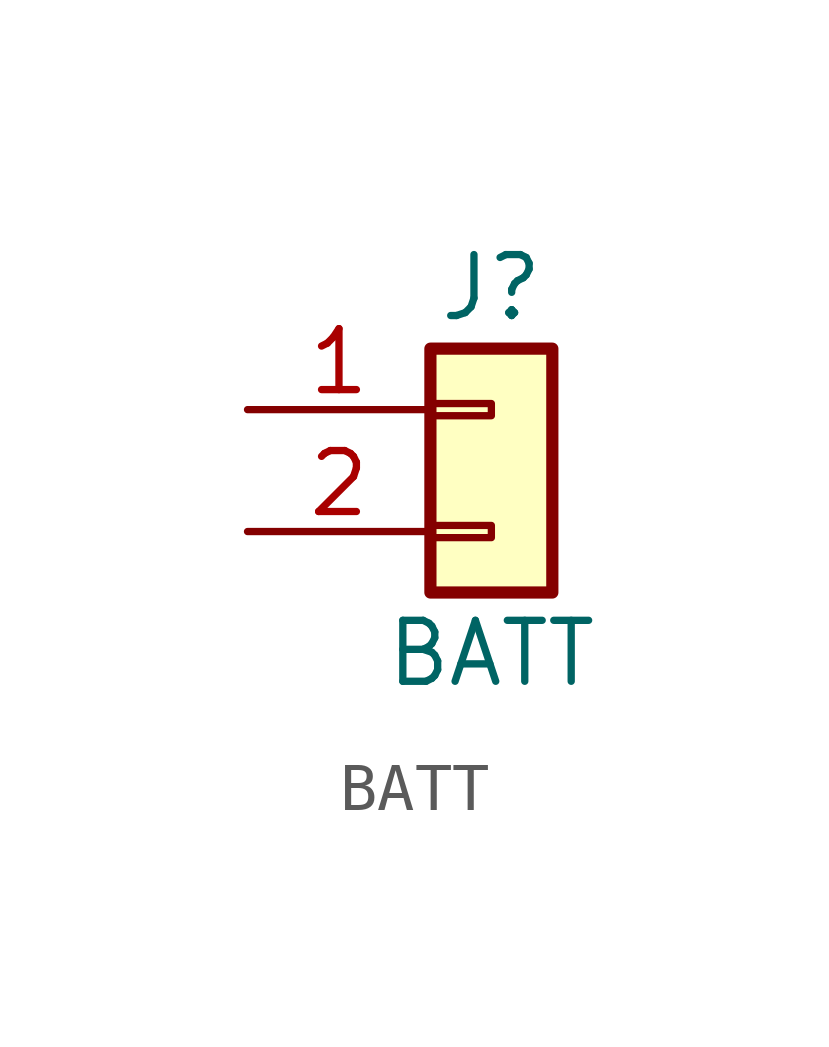
<source format=kicad_sym>
(kicad_symbol_lib
  (version 20231120)
  (generator "kicad_symbol_editor")
  (generator_version "8.0")
  (symbol "BATT"
    (pin_names
      (offset 1.016) hide)
    (property "Reference" "J"
      (at 0 2.54 0)
      (effects (font (size 1.27 1.27))))
    (property "Value" "BATT"
      (at 0 -5.08 0)
      (effects (font (size 1.27 1.27))))
    (symbol "BATT_1_1"
      (rectangle (start -1.27 -2.413) (end 0 -2.667) (stroke (width 0.152) (type default)) (fill (type none)))
      (rectangle (start -1.27 0.127) (end 0 -0.127) (stroke (width 0.152) (type default)) (fill (type none)))
      (rectangle (start -1.27 1.27) (end 1.27 -3.81) (stroke (width 0.254) (type default)) (fill (type background)))
      (pin passive line (at -5.08 0 0) (length 3.81) (name "B-" (effects (font (size 1.27 1.27)))) (number "1" (effects (font (size 1.27 1.27)))))
      (pin passive line (at -5.08 -2.54 0) (length 3.81) (name "B+" (effects (font (size 1.27 1.27)))) (number "2" (effects (font (size 1.27 1.27))))))))
</source>
